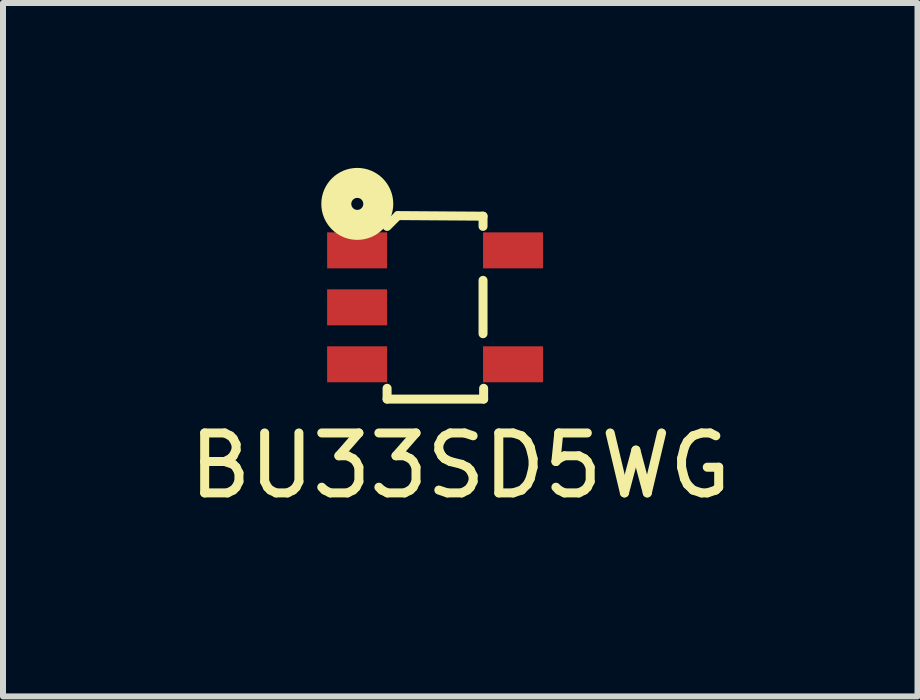
<source format=kicad_pcb>
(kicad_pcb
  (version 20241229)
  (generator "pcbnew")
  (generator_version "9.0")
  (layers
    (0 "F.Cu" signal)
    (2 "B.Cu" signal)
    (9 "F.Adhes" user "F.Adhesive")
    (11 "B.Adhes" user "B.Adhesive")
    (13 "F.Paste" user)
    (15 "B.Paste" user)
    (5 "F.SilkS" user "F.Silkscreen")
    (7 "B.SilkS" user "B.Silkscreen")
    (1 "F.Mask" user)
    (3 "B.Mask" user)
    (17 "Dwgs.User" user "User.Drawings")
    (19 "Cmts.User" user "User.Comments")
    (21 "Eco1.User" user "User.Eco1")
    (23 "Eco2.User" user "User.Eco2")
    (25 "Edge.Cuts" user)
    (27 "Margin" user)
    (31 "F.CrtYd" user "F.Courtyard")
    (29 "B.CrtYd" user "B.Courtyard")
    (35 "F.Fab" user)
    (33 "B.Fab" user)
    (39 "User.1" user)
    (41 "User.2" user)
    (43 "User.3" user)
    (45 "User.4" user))
  (footprint "BU33SD5WG"
    (layer "F.Cu")
    (at 2.905 3.025)
    (property "Reference" "BU33SD5WG" (at 1.72 1.69 0) (layer "F.SilkS") (effects (font (size 1 1) (thickness 0.15))))
    (attr through_hole)
    (fp_line (start 0.5 -2.3) (end 0.68 -2.48) (stroke (width 0.15) (type solid)) (layer "F.SilkS"))
    (fp_line (start 0.5 0.4) (end 0.5 0.58) (stroke (width 0.15) (type solid)) (layer "F.SilkS"))
    (fp_line (start 0.5 0.58) (end 2.11 0.58) (stroke (width 0.15) (type solid)) (layer "F.SilkS"))
    (fp_line (start 0.68 -2.48) (end 2.1 -2.47) (stroke (width 0.15) (type solid)) (layer "F.SilkS"))
    (fp_line (start 2.1 -2.47) (end 2.1 -2.3) (stroke (width 0.15) (type solid)) (layer "F.SilkS"))
    (fp_line (start 2.1 -1.4) (end 2.1 -0.51) (stroke (width 0.15) (type solid)) (layer "F.SilkS"))
    (fp_line (start 2.11 0.58) (end 2.11 0.4) (stroke (width 0.15) (type solid)) (layer "F.SilkS"))
    (fp_circle (center 0.003 -2.675) (end 0.103 -2.675) (stroke (width 0.5) (type solid)) (fill no) (layer "F.SilkS"))
    (pad "1" smd rect (at 0 -1.9) (size 1 0.6) (layers "F.Cu" "F.Mask" "F.Paste"))
    (pad "2" smd rect (at 0 -0.95) (size 1 0.6) (layers "F.Cu" "F.Mask" "F.Paste"))
    (pad "3" smd rect (at 0 0) (size 1 0.6) (layers "F.Cu" "F.Mask" "F.Paste"))
    (pad "4" smd rect (at 2.6 0) (size 1 0.6) (layers "F.Cu" "F.Mask" "F.Paste"))
    (pad "5" smd rect (at 2.6 -1.9) (size 1 0.6) (layers "F.Cu" "F.Mask" "F.Paste")))
  (gr_rect
    (start -3 -3)
    (end 12.25 8.563)
    (stroke (width 0.1) (type default))
    (fill no)
    (layer "Edge.Cuts")))
</source>
